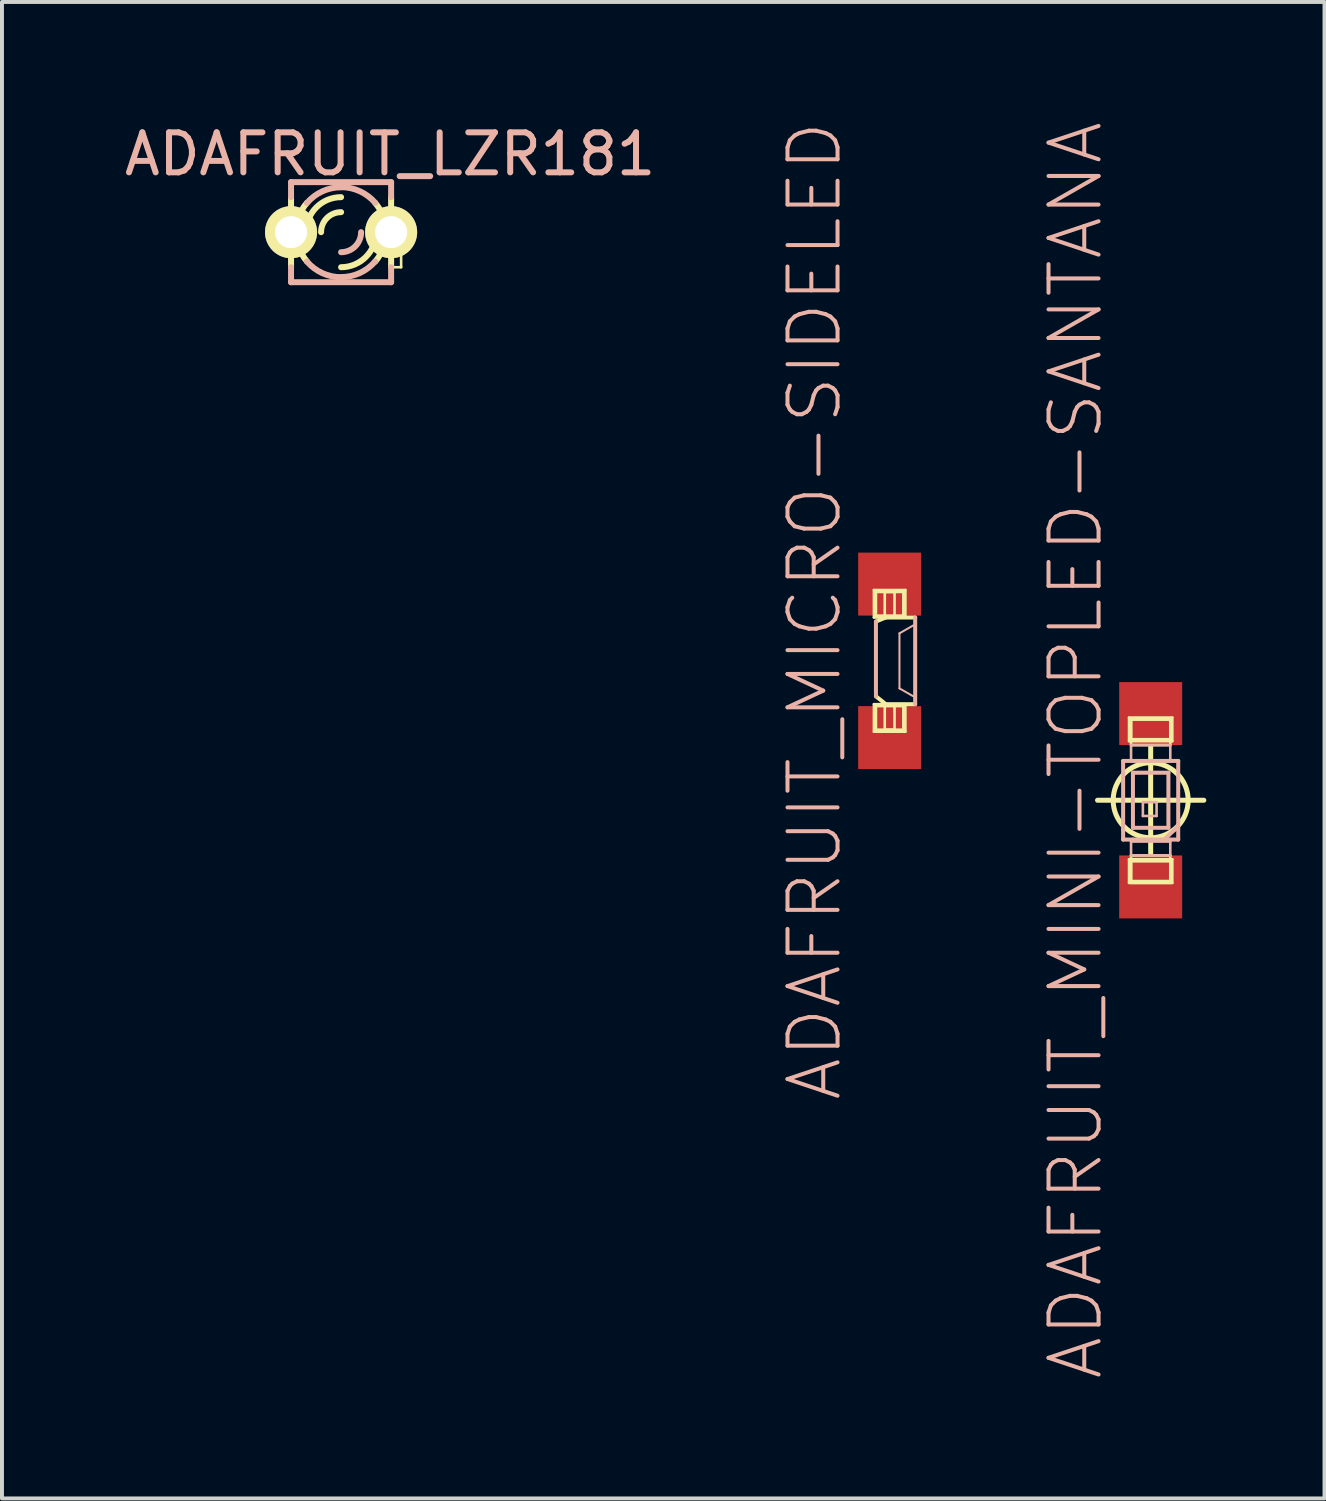
<source format=kicad_pcb>
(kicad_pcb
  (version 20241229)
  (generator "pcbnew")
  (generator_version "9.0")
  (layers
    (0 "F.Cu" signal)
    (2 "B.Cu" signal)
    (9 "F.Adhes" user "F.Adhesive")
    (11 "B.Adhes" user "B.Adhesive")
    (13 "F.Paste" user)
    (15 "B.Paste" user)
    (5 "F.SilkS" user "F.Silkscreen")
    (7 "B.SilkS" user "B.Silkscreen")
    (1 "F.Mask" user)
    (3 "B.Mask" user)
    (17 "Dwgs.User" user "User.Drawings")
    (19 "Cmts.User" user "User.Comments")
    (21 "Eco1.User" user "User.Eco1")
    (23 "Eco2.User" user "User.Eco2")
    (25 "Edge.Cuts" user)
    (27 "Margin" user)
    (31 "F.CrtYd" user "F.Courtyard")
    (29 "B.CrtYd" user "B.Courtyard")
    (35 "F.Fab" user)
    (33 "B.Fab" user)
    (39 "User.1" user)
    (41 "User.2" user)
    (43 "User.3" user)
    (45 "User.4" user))
  (footprint "ADAFRUIT_MINI-TOPLED-SANTANA"
    (layer "F.Cu")
    (at 26.155 17.261)
    (property "Reference" "ADAFRUIT_MINI-TOPLED-SANTANA" (at -1.905 -1.27 90) (layer "B.SilkS") (effects (font (size 1.27 1.27) (thickness 0.102))))
    (attr smd)
    (fp_line (start -1.349 0) (end 1.349 0) (stroke (width 0.127) (type solid)) (layer "F.SilkS"))
    (fp_line (start -0.549 -2.098) (end 0.549 -2.098) (stroke (width 0.066) (type solid)) (layer "F.SilkS"))
    (fp_line (start -0.549 -1.499) (end -0.549 -2.098) (stroke (width 0.066) (type solid)) (layer "F.SilkS"))
    (fp_line (start -0.549 -1.499) (end 0.549 -1.499) (stroke (width 0.066) (type solid)) (layer "F.SilkS"))
    (fp_line (start -0.549 1.499) (end 0.549 1.499) (stroke (width 0.066) (type solid)) (layer "F.SilkS"))
    (fp_line (start -0.549 2.098) (end -0.549 1.499) (stroke (width 0.066) (type solid)) (layer "F.SilkS"))
    (fp_line (start -0.549 2.098) (end 0.549 2.098) (stroke (width 0.066) (type solid)) (layer "F.SilkS"))
    (fp_line (start -0.498 -2.05) (end 0.498 -2.05) (stroke (width 0.066) (type solid)) (layer "F.SilkS"))
    (fp_line (start -0.498 -2.05) (end 0.498 -2.05) (stroke (width 0.066) (type solid)) (layer "F.SilkS"))
    (fp_line (start -0.498 -1.549) (end -0.498 -2.05) (stroke (width 0.066) (type solid)) (layer "F.SilkS"))
    (fp_line (start -0.498 -1.549) (end 0.498 -1.549) (stroke (width 0.066) (type solid)) (layer "F.SilkS"))
    (fp_line (start -0.498 -1.4) (end -0.498 -2.05) (stroke (width 0.066) (type solid)) (layer "F.SilkS"))
    (fp_line (start -0.498 -1.4) (end 0.498 -1.4) (stroke (width 0.066) (type solid)) (layer "F.SilkS"))
    (fp_line (start -0.498 1.4) (end 0.498 1.4) (stroke (width 0.066) (type solid)) (layer "F.SilkS"))
    (fp_line (start -0.498 1.549) (end 0.498 1.549) (stroke (width 0.066) (type solid)) (layer "F.SilkS"))
    (fp_line (start -0.498 2.05) (end -0.498 1.549) (stroke (width 0.066) (type solid)) (layer "F.SilkS"))
    (fp_line (start -0.498 2.05) (end 0.498 2.05) (stroke (width 0.066) (type solid)) (layer "F.SilkS"))
    (fp_line (start -0.498 2.098) (end -0.498 1.4) (stroke (width 0.066) (type solid)) (layer "F.SilkS"))
    (fp_line (start -0.498 2.098) (end 0.498 2.098) (stroke (width 0.066) (type solid)) (layer "F.SilkS"))
    (fp_line (start 0 1.349) (end 0 -1.349) (stroke (width 0.127) (type solid)) (layer "F.SilkS"))
    (fp_line (start 0.498 -1.549) (end 0.498 -2.05) (stroke (width 0.066) (type solid)) (layer "F.SilkS"))
    (fp_line (start 0.498 -1.4) (end 0.498 -2.05) (stroke (width 0.066) (type solid)) (layer "F.SilkS"))
    (fp_line (start 0.498 2.05) (end 0.498 1.549) (stroke (width 0.066) (type solid)) (layer "F.SilkS"))
    (fp_line (start 0.498 2.098) (end 0.498 1.4) (stroke (width 0.066) (type solid)) (layer "F.SilkS"))
    (fp_line (start 0.549 -1.499) (end 0.549 -2.098) (stroke (width 0.066) (type solid)) (layer "F.SilkS"))
    (fp_line (start 0.549 2.098) (end 0.549 1.499) (stroke (width 0.066) (type solid)) (layer "F.SilkS"))
    (fp_circle (center 0 0) (end -0.673 0.673) (stroke (width 0.127) (type solid)) (fill no) (layer "F.SilkS"))
    (fp_line (start -0.699 -0.998) (end 0.699 -0.998) (stroke (width 0.102) (type solid)) (layer "B.SilkS"))
    (fp_line (start -0.699 0.749) (end -0.699 -0.998) (stroke (width 0.102) (type solid)) (layer "B.SilkS"))
    (fp_line (start -0.699 0.998) (end -0.699 0.749) (stroke (width 0.102) (type solid)) (layer "B.SilkS"))
    (fp_line (start -0.498 -1.4) (end 0.498 -1.4) (stroke (width 0.066) (type solid)) (layer "B.SilkS"))
    (fp_line (start -0.498 -0.998) (end -0.498 -1.4) (stroke (width 0.066) (type solid)) (layer "B.SilkS"))
    (fp_line (start -0.498 -0.998) (end 0.498 -0.998) (stroke (width 0.066) (type solid)) (layer "B.SilkS"))
    (fp_line (start -0.498 1.049) (end 0.498 1.049) (stroke (width 0.066) (type solid)) (layer "B.SilkS"))
    (fp_line (start -0.498 1.4) (end -0.498 1.049) (stroke (width 0.066) (type solid)) (layer "B.SilkS"))
    (fp_line (start -0.498 1.4) (end 0.498 1.4) (stroke (width 0.066) (type solid)) (layer "B.SilkS"))
    (fp_line (start -0.45 -0.699) (end 0.45 -0.699) (stroke (width 0.102) (type solid)) (layer "B.SilkS"))
    (fp_line (start -0.45 0.699) (end -0.45 -0.699) (stroke (width 0.102) (type solid)) (layer "B.SilkS"))
    (fp_line (start -0.45 0.998) (end -0.699 0.998) (stroke (width 0.102) (type solid)) (layer "B.SilkS"))
    (fp_line (start -0.198 0.048) (end 0.15 0.048) (stroke (width 0.066) (type solid)) (layer "B.SilkS"))
    (fp_line (start -0.198 0.399) (end -0.198 0.048) (stroke (width 0.066) (type solid)) (layer "B.SilkS"))
    (fp_line (start -0.198 0.399) (end 0.15 0.399) (stroke (width 0.066) (type solid)) (layer "B.SilkS"))
    (fp_line (start 0.15 0.399) (end 0.15 0.048) (stroke (width 0.066) (type solid)) (layer "B.SilkS"))
    (fp_line (start 0.348 0.998) (end -0.45 0.998) (stroke (width 0.102) (type solid)) (layer "B.SilkS"))
    (fp_line (start 0.45 -0.699) (end 0.45 0.699) (stroke (width 0.102) (type solid)) (layer "B.SilkS"))
    (fp_line (start 0.45 0.699) (end -0.45 0.699) (stroke (width 0.102) (type solid)) (layer "B.SilkS"))
    (fp_line (start 0.498 -0.998) (end 0.498 -1.4) (stroke (width 0.066) (type solid)) (layer "B.SilkS"))
    (fp_line (start 0.498 1.4) (end 0.498 1.049) (stroke (width 0.066) (type solid)) (layer "B.SilkS"))
    (fp_line (start 0.699 -0.998) (end 0.699 0.648) (stroke (width 0.102) (type solid)) (layer "B.SilkS"))
    (fp_line (start 0.699 0.648) (end 0.348 0.998) (stroke (width 0.102) (type solid)) (layer "B.SilkS"))
    (fp_line (start 0.699 0.648) (end 0.699 0.998) (stroke (width 0.102) (type solid)) (layer "B.SilkS"))
    (fp_line (start 0.699 0.998) (end 0.348 0.998) (stroke (width 0.102) (type solid)) (layer "B.SilkS"))
    (pad "A" smd rect (at 0 -2.2) (size 1.598 1.598) (layers "F.Cu" "F.Mask" "F.Paste"))
    (pad "C" smd rect (at 0 2.2) (size 1.598 1.598) (layers "F.Cu" "F.Mask" "F.Paste")))
  (footprint "ADAFRUIT_MICRO-SIDELED"
    (layer "F.Cu")
    (at 19.53 13.723)
    (property "Reference" "ADAFRUIT_MICRO-SIDELED" (at -1.905 -1.27 90) (layer "B.SilkS") (effects (font (size 1.27 1.27) (thickness 0.102))))
    (attr smd)
    (fp_line (start -0.399 -1.798) (end 0.399 -1.798) (stroke (width 0.066) (type solid)) (layer "F.SilkS"))
    (fp_line (start -0.399 -1.1) (end -0.399 -1.798) (stroke (width 0.066) (type solid)) (layer "F.SilkS"))
    (fp_line (start -0.399 -1.1) (end 0.399 -1.1) (stroke (width 0.066) (type solid)) (layer "F.SilkS"))
    (fp_line (start -0.399 1.1) (end 0.399 1.1) (stroke (width 0.066) (type solid)) (layer "F.SilkS"))
    (fp_line (start -0.399 1.798) (end -0.399 1.1) (stroke (width 0.066) (type solid)) (layer "F.SilkS"))
    (fp_line (start -0.399 1.798) (end 0.399 1.798) (stroke (width 0.066) (type solid)) (layer "F.SilkS"))
    (fp_line (start -0.348 -1.748) (end 0.348 -1.748) (stroke (width 0.066) (type solid)) (layer "F.SilkS"))
    (fp_line (start -0.348 -1.148) (end -0.348 -1.748) (stroke (width 0.066) (type solid)) (layer "F.SilkS"))
    (fp_line (start -0.348 -1.148) (end 0.348 -1.148) (stroke (width 0.066) (type solid)) (layer "F.SilkS"))
    (fp_line (start -0.348 0.899) (end -0.099 1.1) (stroke (width 0.102) (type solid)) (layer "F.SilkS"))
    (fp_line (start -0.348 1.148) (end 0.348 1.148) (stroke (width 0.066) (type solid)) (layer "F.SilkS"))
    (fp_line (start -0.348 1.748) (end -0.348 1.148) (stroke (width 0.066) (type solid)) (layer "F.SilkS"))
    (fp_line (start -0.348 1.748) (end 0.348 1.748) (stroke (width 0.066) (type solid)) (layer "F.SilkS"))
    (fp_line (start -0.124 -1.748) (end 0.124 -1.748) (stroke (width 0.066) (type solid)) (layer "F.SilkS"))
    (fp_line (start -0.124 -1.123) (end -0.124 -1.748) (stroke (width 0.066) (type solid)) (layer "F.SilkS"))
    (fp_line (start -0.124 -1.123) (end 0.124 -1.123) (stroke (width 0.066) (type solid)) (layer "F.SilkS"))
    (fp_line (start -0.124 1.123) (end 0.124 1.123) (stroke (width 0.066) (type solid)) (layer "F.SilkS"))
    (fp_line (start -0.124 1.748) (end -0.124 1.123) (stroke (width 0.066) (type solid)) (layer "F.SilkS"))
    (fp_line (start -0.124 1.748) (end 0.124 1.748) (stroke (width 0.066) (type solid)) (layer "F.SilkS"))
    (fp_line (start -0.099 -1.1) (end -0.348 -0.998) (stroke (width 0.102) (type solid)) (layer "F.SilkS"))
    (fp_line (start -0.099 1.1) (end 0.648 1.1) (stroke (width 0.102) (type solid)) (layer "F.SilkS"))
    (fp_line (start 0.124 -1.123) (end 0.124 -1.748) (stroke (width 0.066) (type solid)) (layer "F.SilkS"))
    (fp_line (start 0.124 1.748) (end 0.124 1.123) (stroke (width 0.066) (type solid)) (layer "F.SilkS"))
    (fp_line (start 0.348 -1.148) (end 0.348 -1.748) (stroke (width 0.066) (type solid)) (layer "F.SilkS"))
    (fp_line (start 0.348 1.748) (end 0.348 1.148) (stroke (width 0.066) (type solid)) (layer "F.SilkS"))
    (fp_line (start 0.399 -1.1) (end 0.399 -1.798) (stroke (width 0.066) (type solid)) (layer "F.SilkS"))
    (fp_line (start 0.399 1.798) (end 0.399 1.1) (stroke (width 0.066) (type solid)) (layer "F.SilkS"))
    (fp_line (start 0.648 -1.1) (end -0.099 -1.1) (stroke (width 0.102) (type solid)) (layer "F.SilkS"))
    (fp_line (start -0.348 -0.998) (end -0.348 0.899) (stroke (width 0.102) (type solid)) (layer "B.SilkS"))
    (fp_line (start 0.249 -0.699) (end 0.249 0.699) (stroke (width 0.051) (type solid)) (layer "B.SilkS"))
    (fp_line (start 0.249 0.699) (end 0.599 0.899) (stroke (width 0.051) (type solid)) (layer "B.SilkS"))
    (fp_line (start 0.599 -0.899) (end 0.249 -0.699) (stroke (width 0.051) (type solid)) (layer "B.SilkS"))
    (fp_line (start 0.648 1.1) (end 0.648 -1.1) (stroke (width 0.102) (type solid)) (layer "B.SilkS"))
    (pad "A" smd rect (at 0 -1.948) (size 1.598 1.598) (layers "F.Cu" "F.Mask" "F.Paste"))
    (pad "C" smd rect (at 0 1.948) (size 1.598 1.598) (layers "F.Cu" "F.Mask" "F.Paste")))
  (footprint "ADAFRUIT_LZR181"
    (layer "F.Cu")
    (at 5.607 2.843)
    (property "Reference" "ADAFRUIT_LZR181" (at 1.245 -1.981 0) (layer "B.SilkS") (effects (font (size 1.016 1.016) (thickness 0.152))))
    (attr exclude_from_pos_files exclude_from_bom)
    (fp_line (start -1.524 -0.254) (end -1.27 -0.254) (stroke (width 0.066) (type solid)) (layer "F.SilkS"))
    (fp_line (start -1.524 0.254) (end -1.524 -0.254) (stroke (width 0.066) (type solid)) (layer "F.SilkS"))
    (fp_line (start -1.524 0.254) (end -1.27 0.254) (stroke (width 0.066) (type solid)) (layer "F.SilkS"))
    (fp_line (start -1.27 0.254) (end -1.27 -0.254) (stroke (width 0.066) (type solid)) (layer "F.SilkS"))
    (fp_line (start -1.27 0.889) (end -1.27 -0.889) (stroke (width 0.152) (type solid)) (layer "F.SilkS"))
    (fp_line (start 1.27 -0.889) (end 1.27 0.889) (stroke (width 0.152) (type solid)) (layer "F.SilkS"))
    (fp_line (start 1.27 -0.254) (end 1.524 -0.254) (stroke (width 0.066) (type solid)) (layer "F.SilkS"))
    (fp_line (start 1.27 0.889) (end 1.27 -0.254) (stroke (width 0.066) (type solid)) (layer "F.SilkS"))
    (fp_line (start 1.27 0.889) (end 1.524 0.889) (stroke (width 0.066) (type solid)) (layer "F.SilkS"))
    (fp_line (start 1.524 0.889) (end 1.524 -0.254) (stroke (width 0.066) (type solid)) (layer "F.SilkS"))
    (fp_arc (start -1.143 0) (mid -1.072007 -0.396548) (end -0.867847 -0.743835) (stroke (width 0.1524) (type solid)) (layer "F.SilkS"))
    (fp_arc (start -0.889 0) (mid -0.628618 -0.628618) (end 0 -0.889) (stroke (width 0.1524) (type solid)) (layer "F.SilkS"))
    (fp_arc (start -0.86614 0.74168) (mid -1.069658 0.395119) (end -1.140301 -0.000525) (stroke (width 0.1524) (type solid)) (layer "F.SilkS"))
    (fp_arc (start -0.508 0) (mid -0.35921 -0.35921) (end 0 -0.508) (stroke (width 0.1524) (type solid)) (layer "F.SilkS"))
    (fp_arc (start 0.86614 -0.74168) (mid 1.069658 -0.395119) (end 1.140301 0.000525) (stroke (width 0.1524) (type solid)) (layer "F.SilkS"))
    (fp_arc (start 0.889 0) (mid 0.628618 0.628618) (end 0 0.889) (stroke (width 0.1524) (type solid)) (layer "F.SilkS"))
    (fp_arc (start 1.143 0) (mid 1.072007 0.396548) (end 0.867847 0.743835) (stroke (width 0.1524) (type solid)) (layer "F.SilkS"))
    (fp_line (start -1.27 -1.27) (end -1.27 -0.889) (stroke (width 0.152) (type solid)) (layer "B.SilkS"))
    (fp_line (start -1.27 -1.27) (end 1.27 -1.27) (stroke (width 0.152) (type solid)) (layer "B.SilkS"))
    (fp_line (start -1.27 1.27) (end -1.27 0.889) (stroke (width 0.152) (type solid)) (layer "B.SilkS"))
    (fp_line (start -1.27 1.27) (end 1.27 1.27) (stroke (width 0.152) (type solid)) (layer "B.SilkS"))
    (fp_line (start 1.27 -1.27) (end 1.27 -0.889) (stroke (width 0.152) (type solid)) (layer "B.SilkS"))
    (fp_line (start 1.27 1.27) (end 1.27 0.889) (stroke (width 0.152) (type solid)) (layer "B.SilkS"))
    (fp_arc (start -0.86614 -0.74168) (mid -0.477875 -1.035337) (end -0.002515 -1.140299) (stroke (width 0.1524) (type solid)) (layer "B.SilkS"))
    (fp_arc (start 0 -1.143) (mid 0.476716 -1.038841) (end 0.866548 -0.745348) (stroke (width 0.1524) (type solid)) (layer "B.SilkS"))
    (fp_arc (start 0 1.143) (mid -0.476716 1.038841) (end -0.866548 0.745348) (stroke (width 0.1524) (type solid)) (layer "B.SilkS"))
    (fp_arc (start 0.508 0) (mid 0.35921 0.35921) (end 0 0.508) (stroke (width 0.1524) (type solid)) (layer "B.SilkS"))
    (fp_arc (start 0.86614 0.74168) (mid 0.477875 1.035337) (end 0.002515 1.140299) (stroke (width 0.1524) (type solid)) (layer "B.SilkS"))
    (pad "A" thru_hole circle (at -1.27 0) (size 1.321 1.321) (drill 0.813) (layers "*.Cu" "F.Mask" "F.SilkS" "F.Paste"))
    (pad "K" thru_hole circle (at 1.27 0) (size 1.321 1.321) (drill 0.813) (layers "*.Cu" "F.Mask" "F.SilkS" "F.Paste")))
  (gr_rect
    (start -3 -3)
    (end 30.567 34.982)
    (stroke (width 0.1) (type default))
    (fill no)
    (layer "Edge.Cuts")))
</source>
